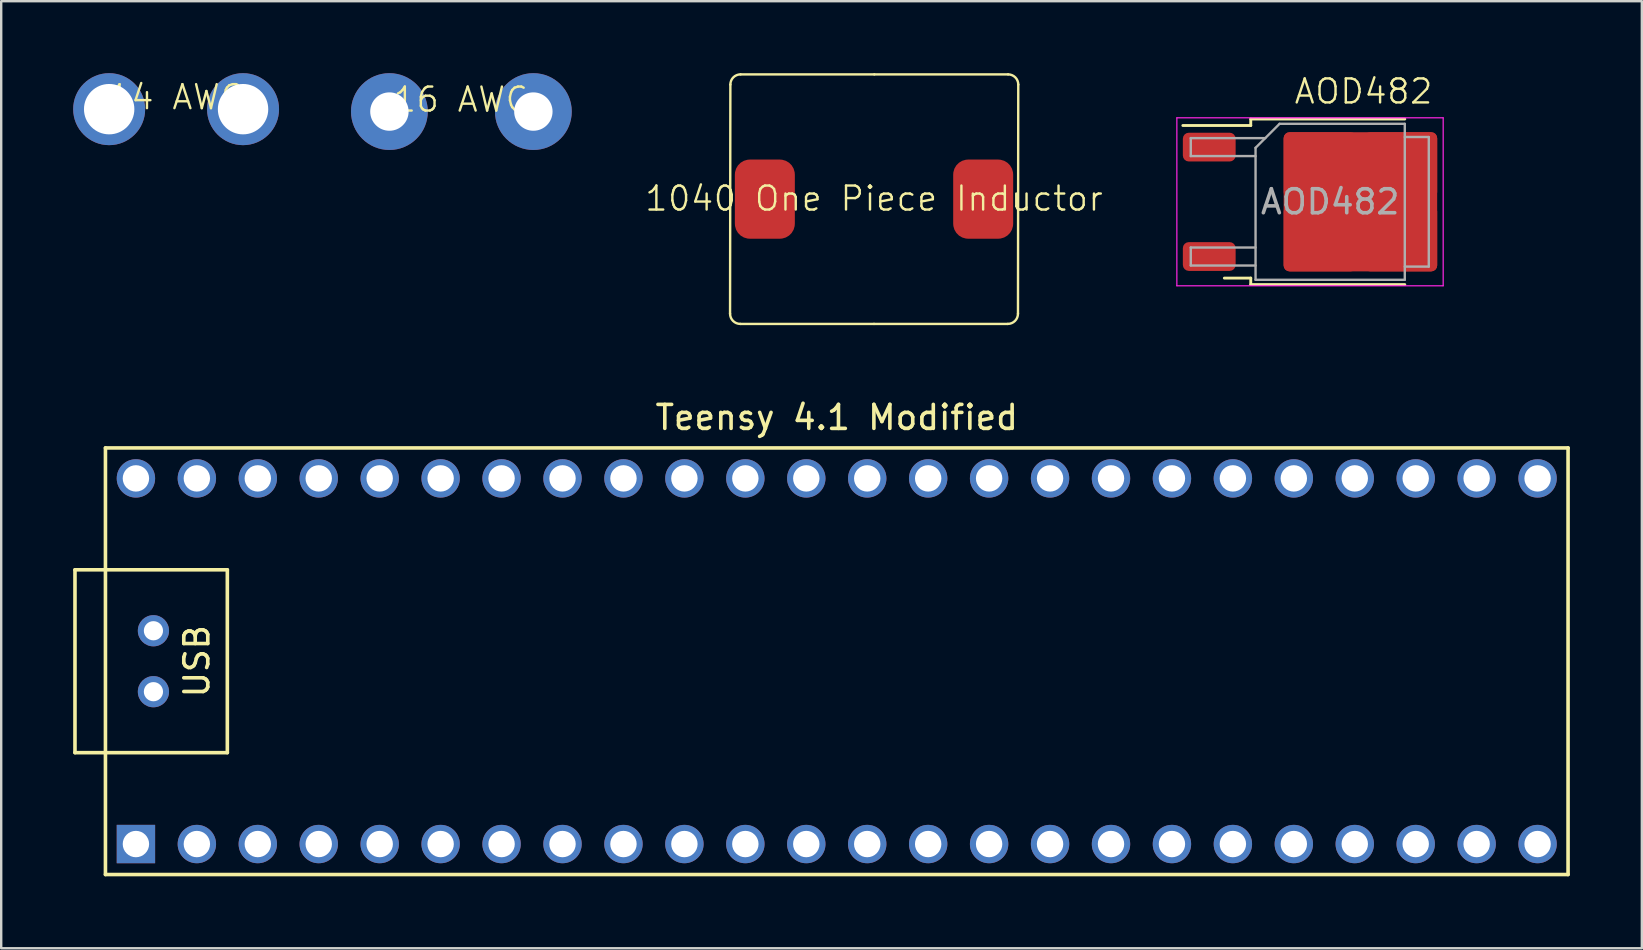
<source format=kicad_pcb>
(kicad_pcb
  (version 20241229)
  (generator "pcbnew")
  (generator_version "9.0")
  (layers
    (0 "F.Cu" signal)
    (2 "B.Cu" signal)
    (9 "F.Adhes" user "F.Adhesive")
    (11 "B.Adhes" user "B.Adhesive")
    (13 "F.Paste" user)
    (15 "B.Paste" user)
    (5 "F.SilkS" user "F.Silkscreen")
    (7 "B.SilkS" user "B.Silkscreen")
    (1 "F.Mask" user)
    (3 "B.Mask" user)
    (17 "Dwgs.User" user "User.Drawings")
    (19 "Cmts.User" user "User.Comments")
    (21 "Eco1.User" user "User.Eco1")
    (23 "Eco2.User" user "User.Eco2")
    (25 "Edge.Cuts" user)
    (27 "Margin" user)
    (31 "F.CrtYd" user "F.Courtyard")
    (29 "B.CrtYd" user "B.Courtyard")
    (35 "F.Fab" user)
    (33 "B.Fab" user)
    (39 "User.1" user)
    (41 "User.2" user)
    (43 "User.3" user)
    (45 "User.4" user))
  (footprint "Teensy 4.1 Modified"
    (layer "F.Cu")
    (at 31.825 24.509)
    (property "Reference" "Teensy 4.1 Modified" (at 0 -10.16 0) (layer "F.SilkS") (effects (font (size 1 1) (thickness 0.15))))
    (attr through_hole)
    (fp_line (start -31.75 -3.81) (end -30.48 -3.81) (stroke (width 0.15) (type solid)) (layer "F.SilkS"))
    (fp_line (start -31.75 3.81) (end -31.75 -3.81) (stroke (width 0.15) (type solid)) (layer "F.SilkS"))
    (fp_line (start -30.48 -8.89) (end 30.48 -8.89) (stroke (width 0.15) (type solid)) (layer "F.SilkS"))
    (fp_line (start -30.48 3.81) (end -31.75 3.81) (stroke (width 0.15) (type solid)) (layer "F.SilkS"))
    (fp_line (start -30.48 8.89) (end -30.48 -8.89) (stroke (width 0.15) (type solid)) (layer "F.SilkS"))
    (fp_line (start -25.4 -3.81) (end -30.48 -3.81) (stroke (width 0.15) (type solid)) (layer "F.SilkS"))
    (fp_line (start -25.4 3.81) (end -30.48 3.81) (stroke (width 0.15) (type solid)) (layer "F.SilkS"))
    (fp_line (start -25.4 3.81) (end -25.4 -3.81) (stroke (width 0.15) (type solid)) (layer "F.SilkS"))
    (fp_line (start 30.48 -8.89) (end 30.48 8.89) (stroke (width 0.15) (type solid)) (layer "F.SilkS"))
    (fp_line (start 30.48 8.89) (end -30.48 8.89) (stroke (width 0.15) (type solid)) (layer "F.SilkS"))
    (fp_text user "USB" (at -26.67 0 270) (layer "F.SilkS") (effects (font (size 1 1) (thickness 0.15))))
    (pad "1" thru_hole rect (at -29.21 7.62) (size 1.6 1.6) (drill 1.1) (layers "*.Cu" "*.Mask"))
    (pad "2" thru_hole circle (at -26.67 7.62) (size 1.6 1.6) (drill 1.1) (layers "*.Cu" "*.Mask"))
    (pad "3" thru_hole circle (at -24.13 7.62) (size 1.6 1.6) (drill 1.1) (layers "*.Cu" "*.Mask"))
    (pad "4" thru_hole circle (at -21.59 7.62) (size 1.6 1.6) (drill 1.1) (layers "*.Cu" "*.Mask"))
    (pad "5" thru_hole circle (at -19.05 7.62) (size 1.6 1.6) (drill 1.1) (layers "*.Cu" "*.Mask"))
    (pad "6" thru_hole circle (at -16.51 7.62) (size 1.6 1.6) (drill 1.1) (layers "*.Cu" "*.Mask"))
    (pad "7" thru_hole circle (at -13.97 7.62) (size 1.6 1.6) (drill 1.1) (layers "*.Cu" "*.Mask"))
    (pad "8" thru_hole circle (at -11.43 7.62) (size 1.6 1.6) (drill 1.1) (layers "*.Cu" "*.Mask"))
    (pad "9" thru_hole circle (at -8.89 7.62) (size 1.6 1.6) (drill 1.1) (layers "*.Cu" "*.Mask"))
    (pad "10" thru_hole circle (at -6.35 7.62) (size 1.6 1.6) (drill 1.1) (layers "*.Cu" "*.Mask"))
    (pad "11" thru_hole circle (at -3.81 7.62) (size 1.6 1.6) (drill 1.1) (layers "*.Cu" "*.Mask"))
    (pad "12" thru_hole circle (at -1.27 7.62) (size 1.6 1.6) (drill 1.1) (layers "*.Cu" "*.Mask"))
    (pad "13" thru_hole circle (at 1.27 7.62) (size 1.6 1.6) (drill 1.1) (layers "*.Cu" "*.Mask"))
    (pad "14" thru_hole circle (at 3.81 7.62) (size 1.6 1.6) (drill 1.1) (layers "*.Cu" "*.Mask"))
    (pad "15" thru_hole circle (at 6.35 7.62) (size 1.6 1.6) (drill 1.1) (layers "*.Cu" "*.Mask"))
    (pad "16" thru_hole circle (at 8.89 7.62) (size 1.6 1.6) (drill 1.1) (layers "*.Cu" "*.Mask"))
    (pad "17" thru_hole circle (at 11.43 7.62) (size 1.6 1.6) (drill 1.1) (layers "*.Cu" "*.Mask"))
    (pad "18" thru_hole circle (at 13.97 7.62) (size 1.6 1.6) (drill 1.1) (layers "*.Cu" "*.Mask"))
    (pad "19" thru_hole circle (at 16.51 7.62) (size 1.6 1.6) (drill 1.1) (layers "*.Cu" "*.Mask"))
    (pad "20" thru_hole circle (at 19.05 7.62) (size 1.6 1.6) (drill 1.1) (layers "*.Cu" "*.Mask"))
    (pad "21" thru_hole circle (at 21.59 7.62) (size 1.6 1.6) (drill 1.1) (layers "*.Cu" "*.Mask"))
    (pad "22" thru_hole circle (at 24.13 7.62) (size 1.6 1.6) (drill 1.1) (layers "*.Cu" "*.Mask"))
    (pad "23" thru_hole circle (at 26.67 7.62) (size 1.6 1.6) (drill 1.1) (layers "*.Cu" "*.Mask"))
    (pad "24" thru_hole circle (at 29.21 7.62) (size 1.6 1.6) (drill 1.1) (layers "*.Cu" "*.Mask"))
    (pad "25" thru_hole circle (at 29.21 -7.62) (size 1.6 1.6) (drill 1.1) (layers "*.Cu" "*.Mask"))
    (pad "26" thru_hole circle (at 26.67 -7.62) (size 1.6 1.6) (drill 1.1) (layers "*.Cu" "*.Mask"))
    (pad "27" thru_hole circle (at 24.13 -7.62) (size 1.6 1.6) (drill 1.1) (layers "*.Cu" "*.Mask"))
    (pad "28" thru_hole circle (at 21.59 -7.62) (size 1.6 1.6) (drill 1.1) (layers "*.Cu" "*.Mask"))
    (pad "29" thru_hole circle (at 19.05 -7.62) (size 1.6 1.6) (drill 1.1) (layers "*.Cu" "*.Mask"))
    (pad "30" thru_hole circle (at 16.51 -7.62) (size 1.6 1.6) (drill 1.1) (layers "*.Cu" "*.Mask"))
    (pad "31" thru_hole circle (at 13.97 -7.62) (size 1.6 1.6) (drill 1.1) (layers "*.Cu" "*.Mask"))
    (pad "32" thru_hole circle (at 11.43 -7.62) (size 1.6 1.6) (drill 1.1) (layers "*.Cu" "*.Mask"))
    (pad "33" thru_hole circle (at 8.89 -7.62) (size 1.6 1.6) (drill 1.1) (layers "*.Cu" "*.Mask"))
    (pad "34" thru_hole circle (at 6.35 -7.62) (size 1.6 1.6) (drill 1.1) (layers "*.Cu" "*.Mask"))
    (pad "35" thru_hole circle (at 3.81 -7.62) (size 1.6 1.6) (drill 1.1) (layers "*.Cu" "*.Mask"))
    (pad "36" thru_hole circle (at 1.27 -7.62) (size 1.6 1.6) (drill 1.1) (layers "*.Cu" "*.Mask"))
    (pad "37" thru_hole circle (at -1.27 -7.62) (size 1.6 1.6) (drill 1.1) (layers "*.Cu" "*.Mask"))
    (pad "38" thru_hole circle (at -3.81 -7.62) (size 1.6 1.6) (drill 1.1) (layers "*.Cu" "*.Mask"))
    (pad "39" thru_hole circle (at -6.35 -7.62) (size 1.6 1.6) (drill 1.1) (layers "*.Cu" "*.Mask"))
    (pad "40" thru_hole circle (at -8.89 -7.62) (size 1.6 1.6) (drill 1.1) (layers "*.Cu" "*.Mask"))
    (pad "41" thru_hole circle (at -11.43 -7.62) (size 1.6 1.6) (drill 1.1) (layers "*.Cu" "*.Mask"))
    (pad "42" thru_hole circle (at -13.97 -7.62) (size 1.6 1.6) (drill 1.1) (layers "*.Cu" "*.Mask"))
    (pad "43" thru_hole circle (at -16.51 -7.62) (size 1.6 1.6) (drill 1.1) (layers "*.Cu" "*.Mask"))
    (pad "44" thru_hole circle (at -19.05 -7.62) (size 1.6 1.6) (drill 1.1) (layers "*.Cu" "*.Mask"))
    (pad "45" thru_hole circle (at -21.59 -7.62) (size 1.6 1.6) (drill 1.1) (layers "*.Cu" "*.Mask"))
    (pad "46" thru_hole circle (at -24.13 -7.62) (size 1.6 1.6) (drill 1.1) (layers "*.Cu" "*.Mask"))
    (pad "47" thru_hole circle (at -26.67 -7.62) (size 1.6 1.6) (drill 1.1) (layers "*.Cu" "*.Mask"))
    (pad "48" thru_hole circle (at -29.21 -7.62) (size 1.6 1.6) (drill 1.1) (layers "*.Cu" "*.Mask"))
    (pad "66" thru_hole circle (at -28.48 -1.27) (size 1.3 1.3) (drill 0.8) (layers "*.Cu" "*.Mask"))
    (pad "67" thru_hole circle (at -28.48 1.27) (size 1.3 1.3) (drill 0.8) (layers "*.Cu" "*.Mask")))
  (footprint "AOD482"
    (layer "F.Cu")
    (at 51.5 5.361)
    (property "Reference" "AOD482" (at 2.28 -4.6 0) (unlocked yes) (layer "F.SilkS") (effects (font (size 1 1) (thickness 0.1))))
    (attr smd)
    (fp_line (start -2.42 -3.45) (end -2.42 -3.18) (stroke (width 0.12) (type solid)) (layer "F.SilkS"))
    (fp_line (start -2.42 -3.18) (end -5.25 -3.18) (stroke (width 0.12) (type solid)) (layer "F.SilkS"))
    (fp_line (start -2.42 3.18) (end -3.52 3.18) (stroke (width 0.12) (type solid)) (layer "F.SilkS"))
    (fp_line (start -2.42 3.45) (end -2.42 3.18) (stroke (width 0.12) (type solid)) (layer "F.SilkS"))
    (fp_line (start 4 -3.45) (end -2.42 -3.45) (stroke (width 0.12) (type solid)) (layer "F.SilkS"))
    (fp_line (start 4 3.45) (end -2.42 3.45) (stroke (width 0.12) (type solid)) (layer "F.SilkS"))
    (fp_line (start -5.5 -3.5) (end -5.5 3.5) (stroke (width 0.05) (type solid)) (layer "F.CrtYd"))
    (fp_line (start -5.5 3.5) (end 5.6 3.5) (stroke (width 0.05) (type solid)) (layer "F.CrtYd"))
    (fp_line (start 5.6 -3.5) (end -5.5 -3.5) (stroke (width 0.05) (type solid)) (layer "F.CrtYd"))
    (fp_line (start 5.6 3.5) (end 5.6 -3.5) (stroke (width 0.05) (type solid)) (layer "F.CrtYd"))
    (fp_line (start -4.92 -2.655) (end -4.92 -1.905) (stroke (width 0.1) (type solid)) (layer "F.Fab"))
    (fp_line (start -4.92 -1.905) (end -2.22 -1.905) (stroke (width 0.1) (type solid)) (layer "F.Fab"))
    (fp_line (start -4.92 1.905) (end -4.92 2.655) (stroke (width 0.1) (type solid)) (layer "F.Fab"))
    (fp_line (start -4.92 2.655) (end -2.22 2.655) (stroke (width 0.1) (type solid)) (layer "F.Fab"))
    (fp_line (start -2.22 -2.25) (end -1.22 -3.25) (stroke (width 0.1) (type solid)) (layer "F.Fab"))
    (fp_line (start -2.22 1.905) (end -4.92 1.905) (stroke (width 0.1) (type solid)) (layer "F.Fab"))
    (fp_line (start -2.22 3.25) (end -2.22 -2.25) (stroke (width 0.1) (type solid)) (layer "F.Fab"))
    (fp_line (start -1.815 -2.655) (end -4.92 -2.655) (stroke (width 0.1) (type solid)) (layer "F.Fab"))
    (fp_line (start -1.22 -3.25) (end 4 -3.25) (stroke (width 0.1) (type solid)) (layer "F.Fab"))
    (fp_line (start 4 -3.25) (end 4 3.25) (stroke (width 0.1) (type solid)) (layer "F.Fab"))
    (fp_line (start 4 -2.7) (end 5 -2.7) (stroke (width 0.1) (type solid)) (layer "F.Fab"))
    (fp_line (start 4 3.25) (end -2.22 3.25) (stroke (width 0.1) (type solid)) (layer "F.Fab"))
    (fp_line (start 5 -2.7) (end 5 2.7) (stroke (width 0.1) (type solid)) (layer "F.Fab"))
    (fp_line (start 5 2.7) (end 4 2.7) (stroke (width 0.1) (type solid)) (layer "F.Fab"))
    (fp_text user "${REFERENCE}" (at 0.89 0 0) (layer "F.Fab") (effects (font (size 1 1) (thickness 0.15))))
    (pad "1" smd roundrect (at 0.475 -1.525) (size 3.05 2.75) (layers "F.Cu" "F.Paste") (roundrect_rratio 0.091))
    (pad "1" smd roundrect (at 0.475 1.525) (size 3.05 2.75) (layers "F.Cu" "F.Paste") (roundrect_rratio 0.091))
    (pad "1" smd roundrect (at 2.15 0) (size 6.4 5.8) (layers "F.Cu" "F.Mask") (roundrect_rratio 0.043))
    (pad "1" smd roundrect (at 3.825 -1.525) (size 3.05 2.75) (layers "F.Cu" "F.Paste") (roundrect_rratio 0.091))
    (pad "1" smd roundrect (at 3.825 1.525) (size 3.05 2.75) (layers "F.Cu" "F.Paste") (roundrect_rratio 0.091))
    (pad "2" smd roundrect (at -4.15 -2.28) (size 2.2 1.2) (layers "F.Cu" "F.Mask" "F.Paste") (roundrect_rratio 0.208))
    (pad "3" smd roundrect (at -4.15 2.28) (size 2.2 1.2) (layers "F.Cu" "F.Mask" "F.Paste") (roundrect_rratio 0.208)))
  (footprint "14 AWG"
    (layer "F.Cu")
    (at 4.29 1.5)
    (property "Reference" "14 AWG" (at 0 -0.5 0) (unlocked yes) (layer "F.SilkS") (effects (font (size 1 1) (thickness 0.1))))
    (attr through_hole)
    (pad "1" thru_hole circle (at -2.79 0) (size 3 3) (drill 2.1) (layers "*.Cu" "*.Mask" "Eco1.User"))
    (pad "2" thru_hole circle (at 2.79 0) (size 3 3) (drill 2.1) (layers "*.Cu" "*.Mask" "Eco1.User")))
  (footprint "1040 One Piece Inductor"
    (layer "F.Cu")
    (at 33.378 5.25)
    (property "Reference" "1040 One Piece Inductor" (at 0 -0.025 0) (unlocked yes) (layer "F.SilkS") (effects (font (size 1 1) (thickness 0.1))))
    (attr smd)
    (fp_line (start -5.987 -4.775) (end -6 4.775) (stroke (width 0.1) (type default)) (layer "F.SilkS"))
    (fp_line (start -5.575 5.2) (end 0 5.2) (stroke (width 0.1) (type default)) (layer "F.SilkS"))
    (fp_line (start -5.562 -5.2) (end 0.013 -5.2) (stroke (width 0.1) (type default)) (layer "F.SilkS"))
    (fp_line (start 5.575 5.2) (end 0 5.2) (stroke (width 0.1) (type default)) (layer "F.SilkS"))
    (fp_line (start 5.587 -5.2) (end 0.013 -5.2) (stroke (width 0.1) (type default)) (layer "F.SilkS"))
    (fp_line (start 6.012 -4.775) (end 6 4.775) (stroke (width 0.1) (type default)) (layer "F.SilkS"))
    (fp_arc (start -5.98711 -4.77526) (mid -5.86263 -5.07578) (end -5.56211 -5.20026) (stroke (width 0.1) (type default)) (layer "F.SilkS"))
    (fp_arc (start -5.57474 5.20026) (mid -5.87526 5.07578) (end -5.99974 4.77526) (stroke (width 0.1) (type default)) (layer "F.SilkS"))
    (fp_arc (start 5.58737 -5.20026) (mid 5.88789 -5.07578) (end 6.01237 -4.77526) (stroke (width 0.1) (type default)) (layer "F.SilkS"))
    (fp_arc (start 5.99974 4.77526) (mid 5.87526 5.07578) (end 5.57474 5.20026) (stroke (width 0.1) (type default)) (layer "F.SilkS"))
    (pad "1" smd roundrect (at 4.55 0) (size 2.5 3.3) (layers "F.Cu" "F.Mask" "F.Paste") (roundrect_rratio 0.25))
    (pad "2" smd roundrect (at -4.55 0) (size 2.5 3.3) (layers "F.Cu" "F.Mask" "F.Paste") (roundrect_rratio 0.25)))
  (footprint "16 AWG"
    (layer "F.Cu")
    (at 16.18 1.6)
    (property "Reference" "16 AWG" (at 0 -0.5 0) (unlocked yes) (layer "F.SilkS") (effects (font (size 1 1) (thickness 0.1))))
    (attr through_hole)
    (pad "1" thru_hole circle (at 3 0) (size 3.2 3.2) (drill 1.6) (layers "*.Cu" "*.Mask"))
    (pad "2" thru_hole circle (at -3 0) (size 3.2 3.2) (drill 1.6) (layers "*.Cu" "*.Mask")))
  (gr_rect
    (start -3 -3)
    (end 65.38 36.474)
    (stroke (width 0.1) (type default))
    (fill no)
    (layer "Edge.Cuts")))
</source>
